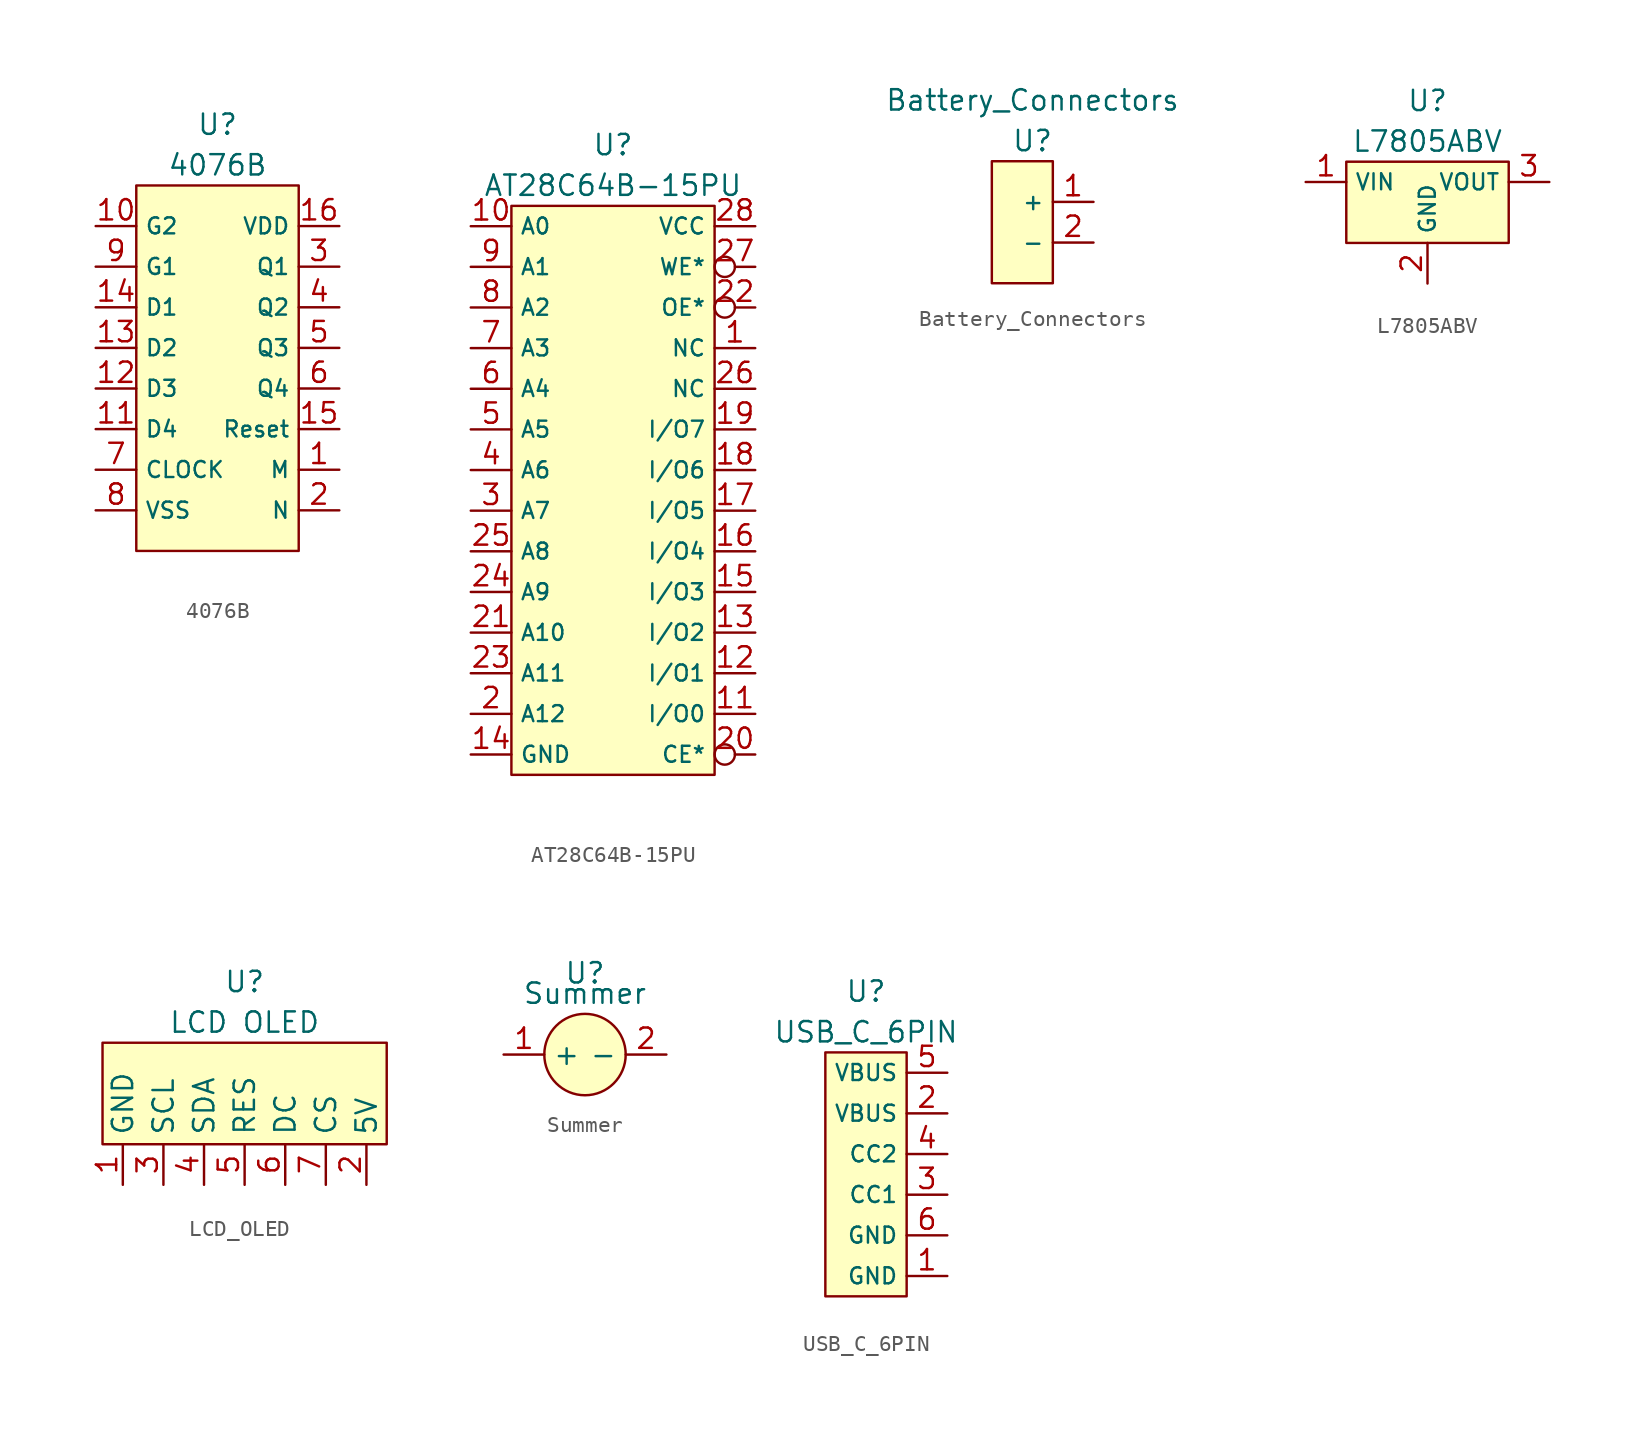
<source format=kicad_sym>
(kicad_symbol_lib
  (version 20220914)
  (generator kicad_symbol_editor)
  (symbol "4076B"
    (property "Reference" "U"
      (at 0 15.24 0)
      (effects (font (size 1.27 1.27))))
    (property "Value" "4076B"
      (at 0 12.7 0)
      (effects (font (size 1.27 1.27))))
    (symbol "4076B_1_1"
      (rectangle (start -5.08 11.43) (end 5.08 -11.43) (stroke (width 0) (type default)) (fill (type background)))
      (pin input line (at 7.62 -6.35 180) (length 2.54) (name "M" (effects (font (size 1 1)))) (number "1" (effects (font (size 1.27 1.27)))))
      (pin input line (at -7.62 8.89 0) (length 2.54) (name "G2" (effects (font (size 1 1)))) (number "10" (effects (font (size 1.27 1.27)))))
      (pin input line (at -7.62 -3.81 0) (length 2.54) (name "D4" (effects (font (size 1 1)))) (number "11" (effects (font (size 1.27 1.27)))))
      (pin input line (at -7.62 -1.27 0) (length 2.54) (name "D3" (effects (font (size 1 1)))) (number "12" (effects (font (size 1.27 1.27)))))
      (pin input line (at -7.62 1.27 0) (length 2.54) (name "D2" (effects (font (size 1 1)))) (number "13" (effects (font (size 1.27 1.27)))))
      (pin input line (at -7.62 3.81 0) (length 2.54) (name "D1" (effects (font (size 1 1)))) (number "14" (effects (font (size 1.27 1.27)))))
      (pin input line (at 7.62 -3.81 180) (length 2.54) (name "Reset" (effects (font (size 1 1)))) (number "15" (effects (font (size 1.27 1.27)))))
      (pin input line (at 7.62 8.89 180) (length 2.54) (name "VDD" (effects (font (size 1 1)))) (number "16" (effects (font (size 1.27 1.27)))))
      (pin input line (at 7.62 -8.89 180) (length 2.54) (name "N" (effects (font (size 1 1)))) (number "2" (effects (font (size 1.27 1.27)))))
      (pin output line (at 7.62 6.35 180) (length 2.54) (name "Q1" (effects (font (size 1 1)))) (number "3" (effects (font (size 1.27 1.27)))))
      (pin output line (at 7.62 3.81 180) (length 2.54) (name "Q2" (effects (font (size 1 1)))) (number "4" (effects (font (size 1.27 1.27)))))
      (pin output line (at 7.62 1.27 180) (length 2.54) (name "Q3" (effects (font (size 1 1)))) (number "5" (effects (font (size 1.27 1.27)))))
      (pin output line (at 7.62 -1.27 180) (length 2.54) (name "Q4" (effects (font (size 1 1)))) (number "6" (effects (font (size 1.27 1.27)))))
      (pin input line (at -7.62 -6.35 0) (length 2.54) (name "CLOCK" (effects (font (size 1 1)))) (number "7" (effects (font (size 1.27 1.27)))))
      (pin input line (at -7.62 -8.89 0) (length 2.54) (name "VSS" (effects (font (size 1 1)))) (number "8" (effects (font (size 1.27 1.27)))))
      (pin input line (at -7.62 6.35 0) (length 2.54) (name "G1" (effects (font (size 1 1)))) (number "9" (effects (font (size 1.27 1.27)))))))
  (symbol "AT28C64B-15PU"
    (property "Reference" "U"
      (at 0 21.59 0)
      (effects (font (size 1.27 1.27))))
    (property "Value" "AT28C64B-15PU"
      (at 0 19.05 0)
      (effects (font (size 1.27 1.27))))
    (symbol "AT28C64B-15PU_1_1"
      (rectangle (start -6.35 17.78) (end 6.35 -17.78) (stroke (width 0) (type default)) (fill (type background)))
      (pin input line (at 8.89 8.89 180) (length 2.54) (name "NC" (effects (font (size 1 1)))) (number "1" (effects (font (size 1.27 1.27)))))
      (pin input line (at -8.89 16.51 0) (length 2.54) (name "A0" (effects (font (size 1 1)))) (number "10" (effects (font (size 1.27 1.27)))))
      (pin bidirectional line (at 8.89 -13.97 180) (length 2.54) (name "I/O0" (effects (font (size 1 1)))) (number "11" (effects (font (size 1.27 1.27)))))
      (pin bidirectional line (at 8.89 -11.43 180) (length 2.54) (name "I/O1" (effects (font (size 1 1)))) (number "12" (effects (font (size 1.27 1.27)))))
      (pin bidirectional line (at 8.89 -8.89 180) (length 2.54) (name "I/O2" (effects (font (size 1 1)))) (number "13" (effects (font (size 1.27 1.27)))))
      (pin input line (at -8.89 -16.51 0) (length 2.54) (name "GND" (effects (font (size 1 1)))) (number "14" (effects (font (size 1.27 1.27)))))
      (pin bidirectional line (at 8.89 -6.35 180) (length 2.54) (name "I/O3" (effects (font (size 1 1)))) (number "15" (effects (font (size 1.27 1.27)))))
      (pin bidirectional line (at 8.89 -3.81 180) (length 2.54) (name "I/O4" (effects (font (size 1 1)))) (number "16" (effects (font (size 1.27 1.27)))))
      (pin bidirectional line (at 8.89 -1.27 180) (length 2.54) (name "I/O5" (effects (font (size 1 1)))) (number "17" (effects (font (size 1.27 1.27)))))
      (pin bidirectional line (at 8.89 1.27 180) (length 2.54) (name "I/O6" (effects (font (size 1 1)))) (number "18" (effects (font (size 1.27 1.27)))))
      (pin bidirectional line (at 8.89 3.81 180) (length 2.54) (name "I/O7" (effects (font (size 1 1)))) (number "19" (effects (font (size 1.27 1.27)))))
      (pin input line (at -8.89 -13.97 0) (length 2.54) (name "A12" (effects (font (size 1 1)))) (number "2" (effects (font (size 1.27 1.27)))))
      (pin input inverted (at 8.89 -16.51 180) (length 2.54) (name "CE*" (effects (font (size 1 1)))) (number "20" (effects (font (size 1.27 1.27)))))
      (pin input line (at -8.89 -8.89 0) (length 2.54) (name "A10" (effects (font (size 1 1)))) (number "21" (effects (font (size 1.27 1.27)))))
      (pin input inverted (at 8.89 11.43 180) (length 2.54) (name "OE*" (effects (font (size 1 1)))) (number "22" (effects (font (size 1.27 1.27)))))
      (pin input line (at -8.89 -11.43 0) (length 2.54) (name "A11" (effects (font (size 1 1)))) (number "23" (effects (font (size 1.27 1.27)))))
      (pin input line (at -8.89 -6.35 0) (length 2.54) (name "A9" (effects (font (size 1 1)))) (number "24" (effects (font (size 1.27 1.27)))))
      (pin input line (at -8.89 -3.81 0) (length 2.54) (name "A8" (effects (font (size 1 1)))) (number "25" (effects (font (size 1.27 1.27)))))
      (pin input line (at 8.89 6.35 180) (length 2.54) (name "NC" (effects (font (size 1 1)))) (number "26" (effects (font (size 1.27 1.27)))))
      (pin input inverted (at 8.89 13.97 180) (length 2.54) (name "WE*" (effects (font (size 1 1)))) (number "27" (effects (font (size 1.27 1.27)))))
      (pin input line (at 8.89 16.51 180) (length 2.54) (name "VCC" (effects (font (size 1 1)))) (number "28" (effects (font (size 1.27 1.27)))))
      (pin input line (at -8.89 -1.27 0) (length 2.54) (name "A7" (effects (font (size 1 1)))) (number "3" (effects (font (size 1.27 1.27)))))
      (pin input line (at -8.89 1.27 0) (length 2.54) (name "A6" (effects (font (size 1 1)))) (number "4" (effects (font (size 1.27 1.27)))))
      (pin input line (at -8.89 3.81 0) (length 2.54) (name "A5" (effects (font (size 1 1)))) (number "5" (effects (font (size 1.27 1.27)))))
      (pin input line (at -8.89 6.35 0) (length 2.54) (name "A4" (effects (font (size 1 1)))) (number "6" (effects (font (size 1.27 1.27)))))
      (pin input line (at -8.89 8.89 0) (length 2.54) (name "A3" (effects (font (size 1 1)))) (number "7" (effects (font (size 1.27 1.27)))))
      (pin input line (at -8.89 11.43 0) (length 2.54) (name "A2" (effects (font (size 1 1)))) (number "8" (effects (font (size 1.27 1.27)))))
      (pin input line (at -8.89 13.97 0) (length 2.54) (name "A1" (effects (font (size 1 1)))) (number "9" (effects (font (size 1.27 1.27)))))))
  (symbol "Battery_Connectors"
    (property "Reference" "U"
      (at 0 5.08 0)
      (effects (font (size 1.27 1.27))))
    (property "Value" "Battery_Connectors"
      (at 0 7.62 0)
      (effects (font (size 1.27 1.27))))
    (symbol "Battery_Connectors_1_1"
      (rectangle (start -2.54 3.81) (end 1.27 -3.81) (stroke (width 0) (type default)) (fill (type background)))
      (pin output line (at 3.81 1.27 180) (length 2.54) (name "+" (effects (font (size 1 1)))) (number "1" (effects (font (size 1.27 1.27)))))
      (pin output line (at 3.81 -1.27 180) (length 2.54) (name "-" (effects (font (size 1 1)))) (number "2" (effects (font (size 1.27 1.27)))))))
  (symbol "L7805ABV"
    (property "Reference" "U"
      (at 0 6.35 0)
      (effects (font (size 1.27 1.27))))
    (property "Value" "L7805ABV"
      (at 0 3.81 0)
      (effects (font (size 1.27 1.27))))
    (symbol "L7805ABV_1_1"
      (rectangle (start -5.08 2.54) (end 5.08 -2.54) (stroke (width 0) (type default)) (fill (type background)))
      (pin input line (at -7.62 1.27 0) (length 2.54) (name "VIN" (effects (font (size 1 1)))) (number "1" (effects (font (size 1.27 1.27)))))
      (pin input line (at 0 -5.08 90) (length 2.54) (name "GND" (effects (font (size 1 1)))) (number "2" (effects (font (size 1.27 1.27)))))
      (pin output line (at 7.62 1.27 180) (length 2.54) (name "VOUT" (effects (font (size 1 1)))) (number "3" (effects (font (size 1.27 1.27)))))))
  (symbol "LCD_OLED"
    (property "Reference" "U"
      (at 0 10.16 0)
      (effects (font (size 1.27 1.27))))
    (property "Value" "LCD OLED"
      (at 0 7.62 0)
      (effects (font (size 1.27 1.27))))
    (symbol "LCD_OLED_1_1"
      (rectangle (start -8.89 6.35) (end 8.89 0) (stroke (width 0) (type default)) (fill (type background)))
      (pin input line (at -7.62 -2.54 90) (length 2.54) (name "GND" (effects (font (size 1.27 1.27)))) (number "1" (effects (font (size 1.27 1.27)))))
      (pin input line (at 7.62 -2.54 90) (length 2.54) (name "5V" (effects (font (size 1.27 1.27)))) (number "2" (effects (font (size 1.27 1.27)))))
      (pin input line (at -5.08 -2.54 90) (length 2.54) (name "SCL" (effects (font (size 1.27 1.27)))) (number "3" (effects (font (size 1.27 1.27)))))
      (pin input line (at -2.54 -2.54 90) (length 2.54) (name "SDA" (effects (font (size 1.27 1.27)))) (number "4" (effects (font (size 1.27 1.27)))))
      (pin input line (at 0 -2.54 90) (length 2.54) (name "RES" (effects (font (size 1.27 1.27)))) (number "5" (effects (font (size 1.27 1.27)))))
      (pin input line (at 2.54 -2.54 90) (length 2.54) (name "DC" (effects (font (size 1.27 1.27)))) (number "6" (effects (font (size 1.27 1.27)))))
      (pin input line (at 5.08 -2.54 90) (length 2.54) (name "CS" (effects (font (size 1.27 1.27)))) (number "7" (effects (font (size 1.27 1.27)))))))
  (symbol "Summer"
    (property "Reference" "U"
      (at 0 5.08 0)
      (effects (font (size 1.27 1.27))))
    (property "Value" "Summer"
      (at 0 3.81 0)
      (effects (font (size 1.27 1.27))))
    (symbol "Summer_1_1"
      (circle (center 0 0) (radius 2.54) (stroke (width 0) (type default)) (fill (type background)))
      (pin input line (at -5.08 0 0) (length 2.54) (name "+" (effects (font (size 1.27 1.27)))) (number "1" (effects (font (size 1.27 1.27)))))
      (pin input line (at 5.08 0 180) (length 2.54) (name "-" (effects (font (size 1.27 1.27)))) (number "2" (effects (font (size 1.27 1.27)))))))
  (symbol "USB_C_6PIN"
    (property "Reference" "U"
      (at 0 11.43 0)
      (effects (font (size 1.27 1.27))))
    (property "Value" "USB_C_6PIN"
      (at 0 8.89 0)
      (effects (font (size 1.27 1.27))))
    (symbol "USB_C_6PIN_1_1"
      (rectangle (start -2.54 -7.62) (end 2.54 7.62) (stroke (width 0) (type default)) (fill (type background)))
      (pin output line (at 5.08 -6.35 180) (length 2.54) (name "GND" (effects (font (size 1 1)))) (number "1" (effects (font (size 1.27 1.27)))))
      (pin output line (at 5.08 3.81 180) (length 2.54) (name "VBUS" (effects (font (size 1 1)))) (number "2" (effects (font (size 1.27 1.27)))))
      (pin output line (at 5.08 -1.27 180) (length 2.54) (name "CC1" (effects (font (size 1 1)))) (number "3" (effects (font (size 1.27 1.27)))))
      (pin output line (at 5.08 1.27 180) (length 2.54) (name "CC2" (effects (font (size 1 1)))) (number "4" (effects (font (size 1.27 1.27)))))
      (pin output line (at 5.08 6.35 180) (length 2.54) (name "VBUS" (effects (font (size 1 1)))) (number "5" (effects (font (size 1.27 1.27)))))
      (pin output line (at 5.08 -3.81 180) (length 2.54) (name "GND" (effects (font (size 1 1)))) (number "6" (effects (font (size 1.27 1.27))))))))
</source>
